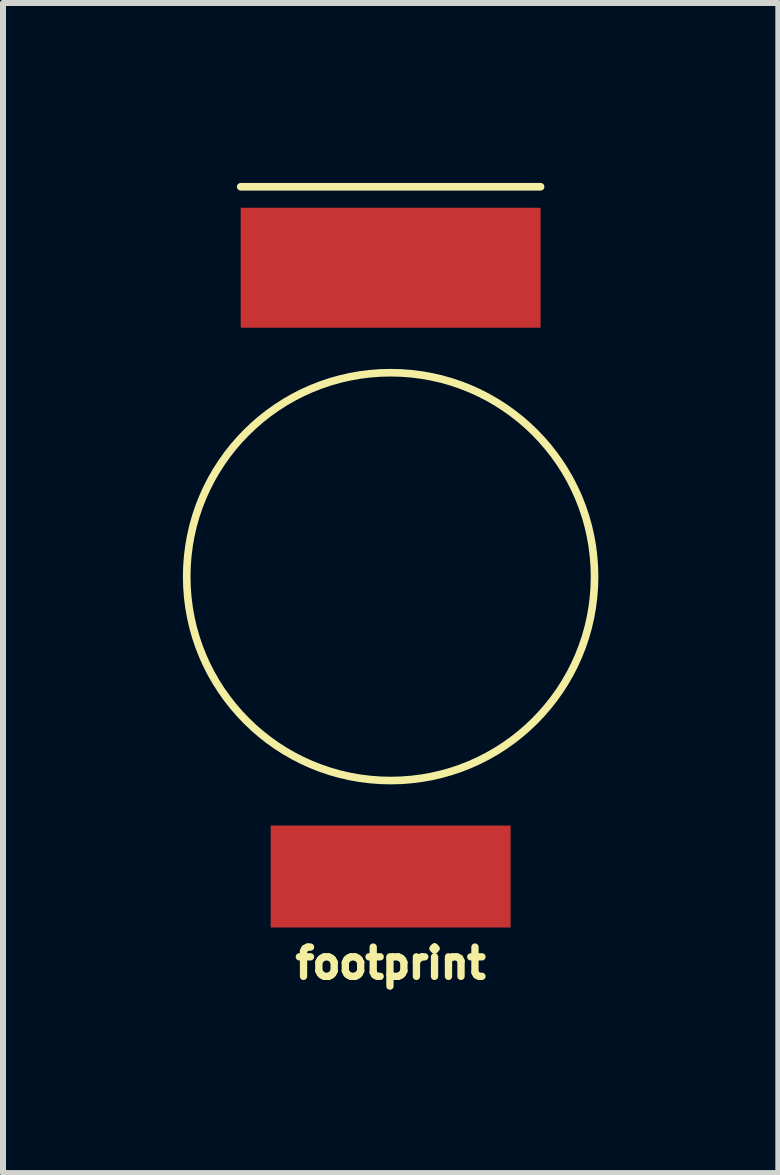
<source format=kicad_pcb>
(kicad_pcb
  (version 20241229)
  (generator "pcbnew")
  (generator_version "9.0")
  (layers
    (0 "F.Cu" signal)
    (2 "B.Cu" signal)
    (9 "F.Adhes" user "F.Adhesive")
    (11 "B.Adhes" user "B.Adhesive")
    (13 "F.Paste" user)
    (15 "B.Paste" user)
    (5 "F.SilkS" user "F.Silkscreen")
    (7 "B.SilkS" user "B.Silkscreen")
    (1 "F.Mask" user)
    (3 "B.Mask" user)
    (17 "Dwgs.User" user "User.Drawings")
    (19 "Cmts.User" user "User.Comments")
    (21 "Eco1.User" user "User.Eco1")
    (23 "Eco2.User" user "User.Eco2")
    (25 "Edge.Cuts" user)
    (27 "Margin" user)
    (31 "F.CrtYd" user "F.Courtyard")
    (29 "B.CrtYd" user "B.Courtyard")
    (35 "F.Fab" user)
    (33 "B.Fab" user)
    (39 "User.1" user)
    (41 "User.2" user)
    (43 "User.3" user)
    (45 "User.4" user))
  (footprint "footprint"
    (layer "F.Cu")
    (at 3.463 6.564)
    (property "Reference" "footprint" (at 0 6.445 0) (layer "F.SilkS") (effects (font (size 0.488 0.488) (thickness 0.122))))
    (fp_line (start -2.5 -6.5) (end 2.5 -6.5) (stroke (width 0.127) (type solid)) (layer "F.SilkS"))
    (fp_circle (center 0 0) (end 3.4 0) (stroke (width 0.127) (type solid)) (fill no) (layer "F.SilkS"))
    (pad "+" smd rect (at 0 -5.15) (size 5 2) (layers "F.Cu" "F.Mask" "F.Paste"))
    (pad "-" smd rect (at 0 5) (size 4 1.7) (layers "F.Cu" "F.Mask" "F.Paste")))
  (gr_rect
    (start -3 -3)
    (end 9.927 16.508)
    (stroke (width 0.1) (type default))
    (fill no)
    (layer "Edge.Cuts")))
</source>
